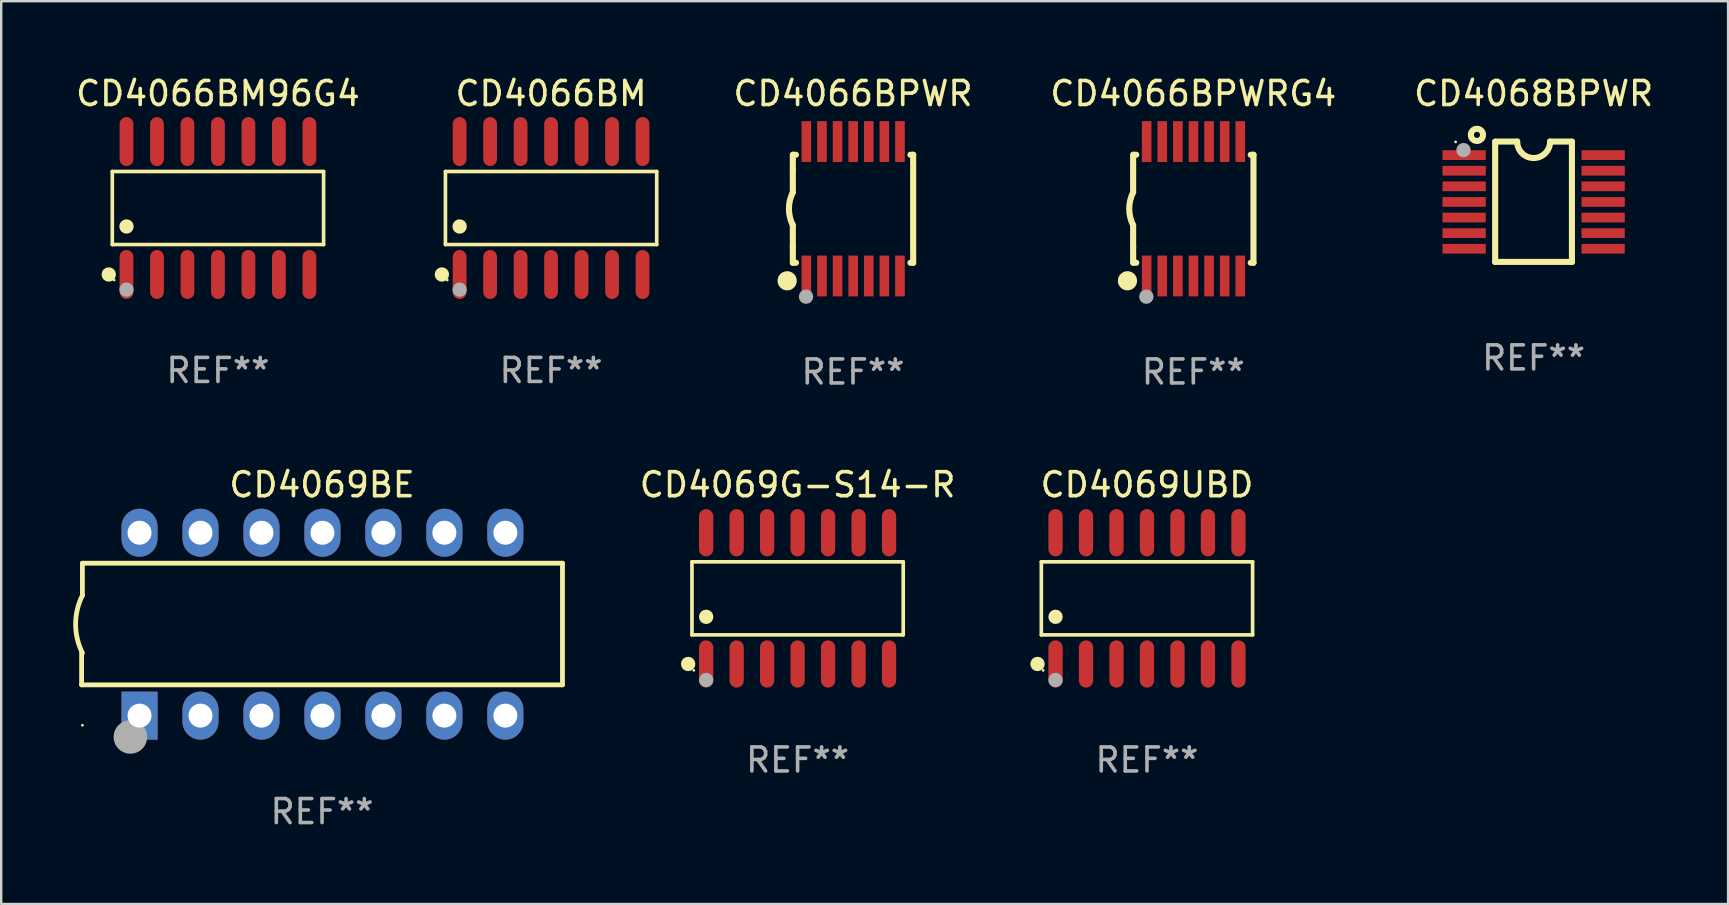
<source format=kicad_pcb>
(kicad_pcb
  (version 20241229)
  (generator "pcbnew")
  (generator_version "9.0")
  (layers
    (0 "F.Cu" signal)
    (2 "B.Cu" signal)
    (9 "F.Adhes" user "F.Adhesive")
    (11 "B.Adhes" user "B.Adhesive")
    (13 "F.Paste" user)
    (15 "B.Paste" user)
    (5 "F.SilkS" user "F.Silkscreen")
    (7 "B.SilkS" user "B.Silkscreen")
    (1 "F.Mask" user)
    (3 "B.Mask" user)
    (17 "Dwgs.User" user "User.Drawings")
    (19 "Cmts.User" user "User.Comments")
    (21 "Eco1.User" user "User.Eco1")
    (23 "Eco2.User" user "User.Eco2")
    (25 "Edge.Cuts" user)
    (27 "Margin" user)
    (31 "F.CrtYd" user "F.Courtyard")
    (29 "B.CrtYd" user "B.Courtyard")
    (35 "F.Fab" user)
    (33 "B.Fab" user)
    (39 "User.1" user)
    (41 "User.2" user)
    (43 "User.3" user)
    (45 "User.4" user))
  (footprint "CD4069G-S14-R"
    (layer "F.Cu")
    (at 30.18 21.879)
    (property "Reference" "CD4069G-S14-R" (at 0 -4.734 0) (layer "F.SilkS") (effects (font (size 1 1) (thickness 0.15))))
    (attr through_hole)
    (fp_line (start -4.401 -1.521) (end 4.401 -1.521) (stroke (width 0.152) (type solid)) (layer "F.SilkS"))
    (fp_line (start -4.401 1.521) (end -4.401 -1.521) (stroke (width 0.152) (type solid)) (layer "F.SilkS"))
    (fp_line (start 4.401 -1.521) (end 4.401 1.521) (stroke (width 0.152) (type solid)) (layer "F.SilkS"))
    (fp_line (start 4.401 1.521) (end -4.401 1.521) (stroke (width 0.152) (type solid)) (layer "F.SilkS"))
    (fp_circle (center -4.56 2.734) (end -4.41 2.734) (stroke (width 0.3) (type solid)) (fill no) (layer "F.SilkS"))
    (fp_circle (center -4.325 3) (end -4.295 3) (stroke (width 0.06) (type solid)) (fill no) (layer "F.SilkS"))
    (fp_circle (center -3.81 0.769) (end -3.66 0.769) (stroke (width 0.3) (type solid)) (fill no) (layer "F.SilkS"))
    (fp_circle (center -3.81 3.4) (end -3.66 3.4) (stroke (width 0.3) (type solid)) (fill no) (layer "F.Fab"))
    (fp_text user "REF**" (at 0 6.734 0) (layer "F.Fab") (effects (font (size 1 1) (thickness 0.15))))
    (pad "1" smd oval (at -3.81 2.734) (size 0.595 1.968) (layers "F.Cu" "F.Mask" "F.Paste"))
    (pad "2" smd oval (at -2.54 2.734) (size 0.595 1.968) (layers "F.Cu" "F.Mask" "F.Paste"))
    (pad "3" smd oval (at -1.27 2.734) (size 0.595 1.968) (layers "F.Cu" "F.Mask" "F.Paste"))
    (pad "4" smd oval (at 0 2.734) (size 0.595 1.968) (layers "F.Cu" "F.Mask" "F.Paste"))
    (pad "5" smd oval (at 1.27 2.734) (size 0.595 1.968) (layers "F.Cu" "F.Mask" "F.Paste"))
    (pad "6" smd oval (at 2.54 2.734) (size 0.595 1.968) (layers "F.Cu" "F.Mask" "F.Paste"))
    (pad "7" smd oval (at 3.81 2.734) (size 0.595 1.968) (layers "F.Cu" "F.Mask" "F.Paste"))
    (pad "8" smd oval (at 3.81 -2.734) (size 0.595 1.968) (layers "F.Cu" "F.Mask" "F.Paste"))
    (pad "9" smd oval (at 2.54 -2.734) (size 0.595 1.968) (layers "F.Cu" "F.Mask" "F.Paste"))
    (pad "10" smd oval (at 1.27 -2.734) (size 0.595 1.968) (layers "F.Cu" "F.Mask" "F.Paste"))
    (pad "11" smd oval (at 0 -2.734) (size 0.595 1.968) (layers "F.Cu" "F.Mask" "F.Paste"))
    (pad "12" smd oval (at -1.27 -2.734) (size 0.595 1.968) (layers "F.Cu" "F.Mask" "F.Paste"))
    (pad "13" smd oval (at -2.54 -2.734) (size 0.595 1.968) (layers "F.Cu" "F.Mask" "F.Paste"))
    (pad "14" smd oval (at -3.81 -2.734) (size 0.595 1.968) (layers "F.Cu" "F.Mask" "F.Paste")))
  (footprint "CD4066BM"
    (layer "F.Cu")
    (at 19.909 5.617)
    (property "Reference" "CD4066BM" (at 0 -4.769 0) (layer "F.SilkS") (effects (font (size 1 1) (thickness 0.15))))
    (attr through_hole)
    (fp_line (start -4.401 -1.521) (end 4.401 -1.521) (stroke (width 0.152) (type solid)) (layer "F.SilkS"))
    (fp_line (start -4.401 1.521) (end -4.401 -1.521) (stroke (width 0.152) (type solid)) (layer "F.SilkS"))
    (fp_line (start 4.401 -1.521) (end 4.401 1.521) (stroke (width 0.152) (type solid)) (layer "F.SilkS"))
    (fp_line (start 4.401 1.521) (end -4.401 1.521) (stroke (width 0.152) (type solid)) (layer "F.SilkS"))
    (fp_circle (center -4.549 2.769) (end -4.399 2.769) (stroke (width 0.3) (type solid)) (fill no) (layer "F.SilkS"))
    (fp_circle (center -4.325 3) (end -4.295 3) (stroke (width 0.06) (type solid)) (fill no) (layer "F.SilkS"))
    (fp_circle (center -3.81 0.769) (end -3.66 0.769) (stroke (width 0.3) (type solid)) (fill no) (layer "F.SilkS"))
    (fp_circle (center -3.81 3.4) (end -3.66 3.4) (stroke (width 0.3) (type solid)) (fill no) (layer "F.Fab"))
    (fp_text user "REF**" (at 0 6.769 0) (layer "F.Fab") (effects (font (size 1 1) (thickness 0.15))))
    (pad "1" smd oval (at -3.81 2.769) (size 0.574 2.038) (layers "F.Cu" "F.Mask" "F.Paste"))
    (pad "2" smd oval (at -2.54 2.769) (size 0.574 2.038) (layers "F.Cu" "F.Mask" "F.Paste"))
    (pad "3" smd oval (at -1.27 2.769) (size 0.574 2.038) (layers "F.Cu" "F.Mask" "F.Paste"))
    (pad "4" smd oval (at 0 2.769) (size 0.574 2.038) (layers "F.Cu" "F.Mask" "F.Paste"))
    (pad "5" smd oval (at 1.27 2.769) (size 0.574 2.038) (layers "F.Cu" "F.Mask" "F.Paste"))
    (pad "6" smd oval (at 2.54 2.769) (size 0.574 2.038) (layers "F.Cu" "F.Mask" "F.Paste"))
    (pad "7" smd oval (at 3.81 2.769) (size 0.574 2.038) (layers "F.Cu" "F.Mask" "F.Paste"))
    (pad "8" smd oval (at 3.81 -2.769) (size 0.574 2.038) (layers "F.Cu" "F.Mask" "F.Paste"))
    (pad "9" smd oval (at 2.54 -2.769) (size 0.574 2.038) (layers "F.Cu" "F.Mask" "F.Paste"))
    (pad "10" smd oval (at 1.27 -2.769) (size 0.574 2.038) (layers "F.Cu" "F.Mask" "F.Paste"))
    (pad "11" smd oval (at 0 -2.769) (size 0.574 2.038) (layers "F.Cu" "F.Mask" "F.Paste"))
    (pad "12" smd oval (at -1.27 -2.769) (size 0.574 2.038) (layers "F.Cu" "F.Mask" "F.Paste"))
    (pad "13" smd oval (at -2.54 -2.769) (size 0.574 2.038) (layers "F.Cu" "F.Mask" "F.Paste"))
    (pad "14" smd oval (at -3.81 -2.769) (size 0.574 2.038) (layers "F.Cu" "F.Mask" "F.Paste")))
  (footprint "CD4066BPWR"
    (layer "F.Cu")
    (at 32.488 5.648)
    (property "Reference" "CD4066BPWR" (at 0 -4.8 0) (layer "F.SilkS") (effects (font (size 1 1) (thickness 0.15))))
    (attr through_hole)
    (fp_line (start -2.507 -1.6) (end -2.507 -2.25) (stroke (width 0.254) (type solid)) (layer "F.SilkS"))
    (fp_line (start -2.507 -0.686) (end -2.507 -1.6) (stroke (width 0.254) (type solid)) (layer "F.SilkS"))
    (fp_line (start -2.507 1.6) (end -2.507 0.686) (stroke (width 0.254) (type solid)) (layer "F.SilkS"))
    (fp_line (start -2.507 1.6) (end -2.507 2.25) (stroke (width 0.254) (type solid)) (layer "F.SilkS"))
    (fp_line (start -2.493 -2.25) (end -2.377 -2.25) (stroke (width 0.254) (type solid)) (layer "F.SilkS"))
    (fp_line (start -2.377 2.25) (end -2.493 2.25) (stroke (width 0.254) (type solid)) (layer "F.SilkS"))
    (fp_line (start 2.392 -2.25) (end 2.507 -2.25) (stroke (width 0.254) (type solid)) (layer "F.SilkS"))
    (fp_line (start 2.507 -2.25) (end 2.507 2.25) (stroke (width 0.254) (type solid)) (layer "F.SilkS"))
    (fp_line (start 2.507 2.25) (end 2.392 2.25) (stroke (width 0.254) (type solid)) (layer "F.SilkS"))
    (fp_arc (start -2.507303 0.685802) (mid -2.669199 0) (end -2.507303 -0.685801) (stroke (width 0.254001) (type solid)) (layer "F.SilkS"))
    (fp_circle (center -2.743 3) (end -2.543 3) (stroke (width 0.4) (type solid)) (fill no) (layer "F.SilkS"))
    (fp_circle (center -2.493 3.2) (end -2.463 3.2) (stroke (width 0.06) (type solid)) (fill no) (layer "F.SilkS"))
    (fp_circle (center -1.957 3.662) (end -1.807 3.662) (stroke (width 0.3) (type solid)) (fill no) (layer "F.Fab"))
    (fp_text user "REF**" (at 0 6.8 0) (layer "F.Fab") (effects (font (size 1 1) (thickness 0.15))))
    (pad "1" smd rect (at -1.943 2.8) (size 0.4 1.7) (layers "F.Cu" "F.Mask" "F.Paste"))
    (pad "2" smd rect (at -1.293 2.8) (size 0.4 1.7) (layers "F.Cu" "F.Mask" "F.Paste"))
    (pad "3" smd rect (at -0.643 2.8) (size 0.4 1.7) (layers "F.Cu" "F.Mask" "F.Paste"))
    (pad "4" smd rect (at 0.007 2.8) (size 0.4 1.7) (layers "F.Cu" "F.Mask" "F.Paste"))
    (pad "5" smd rect (at 0.657 2.8) (size 0.4 1.7) (layers "F.Cu" "F.Mask" "F.Paste"))
    (pad "6" smd rect (at 1.307 2.8) (size 0.4 1.7) (layers "F.Cu" "F.Mask" "F.Paste"))
    (pad "7" smd rect (at 1.957 2.8) (size 0.4 1.7) (layers "F.Cu" "F.Mask" "F.Paste"))
    (pad "8" smd rect (at 1.957 -2.8) (size 0.4 1.7) (layers "F.Cu" "F.Mask" "F.Paste"))
    (pad "9" smd rect (at 1.307 -2.8) (size 0.4 1.7) (layers "F.Cu" "F.Mask" "F.Paste"))
    (pad "10" smd rect (at 0.657 -2.8) (size 0.4 1.7) (layers "F.Cu" "F.Mask" "F.Paste"))
    (pad "11" smd rect (at 0.007 -2.8) (size 0.4 1.7) (layers "F.Cu" "F.Mask" "F.Paste"))
    (pad "12" smd rect (at -0.643 -2.8) (size 0.4 1.7) (layers "F.Cu" "F.Mask" "F.Paste"))
    (pad "13" smd rect (at -1.293 -2.8) (size 0.4 1.7) (layers "F.Cu" "F.Mask" "F.Paste"))
    (pad "14" smd rect (at -1.943 -2.8) (size 0.4 1.7) (layers "F.Cu" "F.Mask" "F.Paste")))
  (footprint "CD4069UBD"
    (layer "F.Cu")
    (at 44.736 21.879)
    (property "Reference" "CD4069UBD" (at 0 -4.734 0) (layer "F.SilkS") (effects (font (size 1 1) (thickness 0.15))))
    (attr through_hole)
    (fp_line (start -4.401 -1.521) (end 4.401 -1.521) (stroke (width 0.152) (type solid)) (layer "F.SilkS"))
    (fp_line (start -4.401 1.521) (end -4.401 -1.521) (stroke (width 0.152) (type solid)) (layer "F.SilkS"))
    (fp_line (start 4.401 -1.521) (end 4.401 1.521) (stroke (width 0.152) (type solid)) (layer "F.SilkS"))
    (fp_line (start 4.401 1.521) (end -4.401 1.521) (stroke (width 0.152) (type solid)) (layer "F.SilkS"))
    (fp_circle (center -4.56 2.734) (end -4.41 2.734) (stroke (width 0.3) (type solid)) (fill no) (layer "F.SilkS"))
    (fp_circle (center -4.325 3) (end -4.295 3) (stroke (width 0.06) (type solid)) (fill no) (layer "F.SilkS"))
    (fp_circle (center -3.81 0.769) (end -3.66 0.769) (stroke (width 0.3) (type solid)) (fill no) (layer "F.SilkS"))
    (fp_circle (center -3.81 3.4) (end -3.66 3.4) (stroke (width 0.3) (type solid)) (fill no) (layer "F.Fab"))
    (fp_text user "REF**" (at 0 6.734 0) (layer "F.Fab") (effects (font (size 1 1) (thickness 0.15))))
    (pad "1" smd oval (at -3.81 2.734) (size 0.595 1.968) (layers "F.Cu" "F.Mask" "F.Paste"))
    (pad "2" smd oval (at -2.54 2.734) (size 0.595 1.968) (layers "F.Cu" "F.Mask" "F.Paste"))
    (pad "3" smd oval (at -1.27 2.734) (size 0.595 1.968) (layers "F.Cu" "F.Mask" "F.Paste"))
    (pad "4" smd oval (at 0 2.734) (size 0.595 1.968) (layers "F.Cu" "F.Mask" "F.Paste"))
    (pad "5" smd oval (at 1.27 2.734) (size 0.595 1.968) (layers "F.Cu" "F.Mask" "F.Paste"))
    (pad "6" smd oval (at 2.54 2.734) (size 0.595 1.968) (layers "F.Cu" "F.Mask" "F.Paste"))
    (pad "7" smd oval (at 3.81 2.734) (size 0.595 1.968) (layers "F.Cu" "F.Mask" "F.Paste"))
    (pad "8" smd oval (at 3.81 -2.734) (size 0.595 1.968) (layers "F.Cu" "F.Mask" "F.Paste"))
    (pad "9" smd oval (at 2.54 -2.734) (size 0.595 1.968) (layers "F.Cu" "F.Mask" "F.Paste"))
    (pad "10" smd oval (at 1.27 -2.734) (size 0.595 1.968) (layers "F.Cu" "F.Mask" "F.Paste"))
    (pad "11" smd oval (at 0 -2.734) (size 0.595 1.968) (layers "F.Cu" "F.Mask" "F.Paste"))
    (pad "12" smd oval (at -1.27 -2.734) (size 0.595 1.968) (layers "F.Cu" "F.Mask" "F.Paste"))
    (pad "13" smd oval (at -2.54 -2.734) (size 0.595 1.968) (layers "F.Cu" "F.Mask" "F.Paste"))
    (pad "14" smd oval (at -3.81 -2.734) (size 0.595 1.968) (layers "F.Cu" "F.Mask" "F.Paste")))
  (footprint "CD4066BM96G4"
    (layer "F.Cu")
    (at 6.03 5.617)
    (property "Reference" "CD4066BM96G4" (at 0 -4.769 0) (layer "F.SilkS") (effects (font (size 1 1) (thickness 0.15))))
    (attr through_hole)
    (fp_line (start -4.401 -1.521) (end 4.401 -1.521) (stroke (width 0.152) (type solid)) (layer "F.SilkS"))
    (fp_line (start -4.401 1.521) (end -4.401 -1.521) (stroke (width 0.152) (type solid)) (layer "F.SilkS"))
    (fp_line (start 4.401 -1.521) (end 4.401 1.521) (stroke (width 0.152) (type solid)) (layer "F.SilkS"))
    (fp_line (start 4.401 1.521) (end -4.401 1.521) (stroke (width 0.152) (type solid)) (layer "F.SilkS"))
    (fp_circle (center -4.549 2.769) (end -4.399 2.769) (stroke (width 0.3) (type solid)) (fill no) (layer "F.SilkS"))
    (fp_circle (center -4.325 3) (end -4.295 3) (stroke (width 0.06) (type solid)) (fill no) (layer "F.SilkS"))
    (fp_circle (center -3.81 0.769) (end -3.66 0.769) (stroke (width 0.3) (type solid)) (fill no) (layer "F.SilkS"))
    (fp_circle (center -3.81 3.4) (end -3.66 3.4) (stroke (width 0.3) (type solid)) (fill no) (layer "F.Fab"))
    (fp_text user "REF**" (at 0 6.769 0) (layer "F.Fab") (effects (font (size 1 1) (thickness 0.15))))
    (pad "1" smd oval (at -3.81 2.769) (size 0.574 2.038) (layers "F.Cu" "F.Mask" "F.Paste"))
    (pad "2" smd oval (at -2.54 2.769) (size 0.574 2.038) (layers "F.Cu" "F.Mask" "F.Paste"))
    (pad "3" smd oval (at -1.27 2.769) (size 0.574 2.038) (layers "F.Cu" "F.Mask" "F.Paste"))
    (pad "4" smd oval (at 0 2.769) (size 0.574 2.038) (layers "F.Cu" "F.Mask" "F.Paste"))
    (pad "5" smd oval (at 1.27 2.769) (size 0.574 2.038) (layers "F.Cu" "F.Mask" "F.Paste"))
    (pad "6" smd oval (at 2.54 2.769) (size 0.574 2.038) (layers "F.Cu" "F.Mask" "F.Paste"))
    (pad "7" smd oval (at 3.81 2.769) (size 0.574 2.038) (layers "F.Cu" "F.Mask" "F.Paste"))
    (pad "8" smd oval (at 3.81 -2.769) (size 0.574 2.038) (layers "F.Cu" "F.Mask" "F.Paste"))
    (pad "9" smd oval (at 2.54 -2.769) (size 0.574 2.038) (layers "F.Cu" "F.Mask" "F.Paste"))
    (pad "10" smd oval (at 1.27 -2.769) (size 0.574 2.038) (layers "F.Cu" "F.Mask" "F.Paste"))
    (pad "11" smd oval (at 0 -2.769) (size 0.574 2.038) (layers "F.Cu" "F.Mask" "F.Paste"))
    (pad "12" smd oval (at -1.27 -2.769) (size 0.574 2.038) (layers "F.Cu" "F.Mask" "F.Paste"))
    (pad "13" smd oval (at -2.54 -2.769) (size 0.574 2.038) (layers "F.Cu" "F.Mask" "F.Paste"))
    (pad "14" smd oval (at -3.81 -2.769) (size 0.574 2.038) (layers "F.Cu" "F.Mask" "F.Paste")))
  (footprint "CD4068BPWR"
    (layer "F.Cu")
    (at 60.845 5.355)
    (property "Reference" "CD4068BPWR" (at 0 -4.507 0) (layer "F.SilkS") (effects (font (size 1 1) (thickness 0.15))))
    (attr through_hole)
    (fp_line (start -1.603 2.507) (end -1.603 -2.494) (stroke (width 0.254) (type solid)) (layer "F.SilkS"))
    (fp_line (start -1.603 2.507) (end 1.595 2.507) (stroke (width 0.254) (type solid)) (layer "F.SilkS"))
    (fp_line (start -1.6 -2.507) (end -0.686 -2.507) (stroke (width 0.254) (type solid)) (layer "F.SilkS"))
    (fp_line (start 0.686 -2.507) (end 1.6 -2.507) (stroke (width 0.254) (type solid)) (layer "F.SilkS"))
    (fp_line (start 1.595 2.507) (end 1.595 -2.494) (stroke (width 0.254) (type solid)) (layer "F.SilkS"))
    (fp_arc (start 0.685852 -2.506998) (mid 0.000051 -1.821197) (end -0.68575 -2.506998) (stroke (width 0.254001) (type solid)) (layer "F.SilkS"))
    (fp_circle (center -3.25 -2.492) (end -3.22 -2.492) (stroke (width 0.06) (type solid)) (fill no) (layer "F.SilkS"))
    (fp_circle (center -2.362 -2.786) (end -2.108 -2.786) (stroke (width 0.254) (type solid)) (fill no) (layer "F.SilkS"))
    (fp_circle (center -2.921 -2.151) (end -2.771 -2.151) (stroke (width 0.3) (type solid)) (fill no) (layer "F.Fab"))
    (fp_text user "REF**" (at 0 6.507 0) (layer "F.Fab") (effects (font (size 1 1) (thickness 0.15))))
    (pad "1" smd rect (at -2.896 -1.942) (size 1.803 0.406) (layers "F.Cu" "F.Mask" "F.Paste"))
    (pad "2" smd rect (at -2.896 -1.292) (size 1.803 0.406) (layers "F.Cu" "F.Mask" "F.Paste"))
    (pad "3" smd rect (at -2.896 -0.642) (size 1.803 0.406) (layers "F.Cu" "F.Mask" "F.Paste"))
    (pad "4" smd rect (at -2.896 0.008) (size 1.803 0.406) (layers "F.Cu" "F.Mask" "F.Paste"))
    (pad "5" smd rect (at -2.896 0.658) (size 1.803 0.406) (layers "F.Cu" "F.Mask" "F.Paste"))
    (pad "6" smd rect (at -2.896 1.308) (size 1.803 0.406) (layers "F.Cu" "F.Mask" "F.Paste"))
    (pad "7" smd rect (at -2.896 1.958) (size 1.803 0.406) (layers "F.Cu" "F.Mask" "F.Paste"))
    (pad "8" smd rect (at 2.896 1.958) (size 1.803 0.406) (layers "F.Cu" "F.Mask" "F.Paste"))
    (pad "9" smd rect (at 2.896 1.308) (size 1.803 0.406) (layers "F.Cu" "F.Mask" "F.Paste"))
    (pad "10" smd rect (at 2.896 0.658) (size 1.803 0.406) (layers "F.Cu" "F.Mask" "F.Paste"))
    (pad "11" smd rect (at 2.896 0.008) (size 1.803 0.406) (layers "F.Cu" "F.Mask" "F.Paste"))
    (pad "12" smd rect (at 2.896 -0.642) (size 1.803 0.406) (layers "F.Cu" "F.Mask" "F.Paste"))
    (pad "13" smd rect (at 2.896 -1.292) (size 1.803 0.406) (layers "F.Cu" "F.Mask" "F.Paste"))
    (pad "14" smd rect (at 2.896 -1.942) (size 1.803 0.406) (layers "F.Cu" "F.Mask" "F.Paste")))
  (footprint "CD4066BPWRG4"
    (layer "F.Cu")
    (at 46.666 5.648)
    (property "Reference" "CD4066BPWRG4" (at 0 -4.8 0) (layer "F.SilkS") (effects (font (size 1 1) (thickness 0.15))))
    (attr through_hole)
    (fp_line (start -2.507 -1.6) (end -2.507 -2.25) (stroke (width 0.254) (type solid)) (layer "F.SilkS"))
    (fp_line (start -2.507 -0.686) (end -2.507 -1.6) (stroke (width 0.254) (type solid)) (layer "F.SilkS"))
    (fp_line (start -2.507 1.6) (end -2.507 0.686) (stroke (width 0.254) (type solid)) (layer "F.SilkS"))
    (fp_line (start -2.507 1.6) (end -2.507 2.25) (stroke (width 0.254) (type solid)) (layer "F.SilkS"))
    (fp_line (start -2.493 -2.25) (end -2.377 -2.25) (stroke (width 0.254) (type solid)) (layer "F.SilkS"))
    (fp_line (start -2.377 2.25) (end -2.493 2.25) (stroke (width 0.254) (type solid)) (layer "F.SilkS"))
    (fp_line (start 2.392 -2.25) (end 2.507 -2.25) (stroke (width 0.254) (type solid)) (layer "F.SilkS"))
    (fp_line (start 2.507 -2.25) (end 2.507 2.25) (stroke (width 0.254) (type solid)) (layer "F.SilkS"))
    (fp_line (start 2.507 2.25) (end 2.392 2.25) (stroke (width 0.254) (type solid)) (layer "F.SilkS"))
    (fp_arc (start -2.507303 0.685802) (mid -2.669199 0) (end -2.507303 -0.685801) (stroke (width 0.254001) (type solid)) (layer "F.SilkS"))
    (fp_circle (center -2.743 3) (end -2.543 3) (stroke (width 0.4) (type solid)) (fill no) (layer "F.SilkS"))
    (fp_circle (center -2.493 3.2) (end -2.463 3.2) (stroke (width 0.06) (type solid)) (fill no) (layer "F.SilkS"))
    (fp_circle (center -1.957 3.662) (end -1.807 3.662) (stroke (width 0.3) (type solid)) (fill no) (layer "F.Fab"))
    (fp_text user "REF**" (at 0 6.8 0) (layer "F.Fab") (effects (font (size 1 1) (thickness 0.15))))
    (pad "1" smd rect (at -1.943 2.8) (size 0.4 1.7) (layers "F.Cu" "F.Mask" "F.Paste"))
    (pad "2" smd rect (at -1.293 2.8) (size 0.4 1.7) (layers "F.Cu" "F.Mask" "F.Paste"))
    (pad "3" smd rect (at -0.643 2.8) (size 0.4 1.7) (layers "F.Cu" "F.Mask" "F.Paste"))
    (pad "4" smd rect (at 0.007 2.8) (size 0.4 1.7) (layers "F.Cu" "F.Mask" "F.Paste"))
    (pad "5" smd rect (at 0.657 2.8) (size 0.4 1.7) (layers "F.Cu" "F.Mask" "F.Paste"))
    (pad "6" smd rect (at 1.307 2.8) (size 0.4 1.7) (layers "F.Cu" "F.Mask" "F.Paste"))
    (pad "7" smd rect (at 1.957 2.8) (size 0.4 1.7) (layers "F.Cu" "F.Mask" "F.Paste"))
    (pad "8" smd rect (at 1.957 -2.8) (size 0.4 1.7) (layers "F.Cu" "F.Mask" "F.Paste"))
    (pad "9" smd rect (at 1.307 -2.8) (size 0.4 1.7) (layers "F.Cu" "F.Mask" "F.Paste"))
    (pad "10" smd rect (at 0.657 -2.8) (size 0.4 1.7) (layers "F.Cu" "F.Mask" "F.Paste"))
    (pad "11" smd rect (at 0.007 -2.8) (size 0.4 1.7) (layers "F.Cu" "F.Mask" "F.Paste"))
    (pad "12" smd rect (at -0.643 -2.8) (size 0.4 1.7) (layers "F.Cu" "F.Mask" "F.Paste"))
    (pad "13" smd rect (at -1.293 -2.8) (size 0.4 1.7) (layers "F.Cu" "F.Mask" "F.Paste"))
    (pad "14" smd rect (at -1.943 -2.8) (size 0.4 1.7) (layers "F.Cu" "F.Mask" "F.Paste")))
  (footprint "CD4069BE"
    (layer "F.Cu")
    (at 10.367 22.955)
    (property "Reference" "CD4069BE" (at 0 -5.81 0) (layer "F.SilkS") (effects (font (size 1 1) (thickness 0.15))))
    (attr through_hole)
    (fp_line (start -10.017 2.527) (end -10.017 1.199) (stroke (width 0.2) (type solid)) (layer "F.SilkS"))
    (fp_line (start -9.984 -2.54) (end 10.017 -2.54) (stroke (width 0.2) (type solid)) (layer "F.SilkS"))
    (fp_line (start -9.984 -1.2) (end -9.984 -2.54) (stroke (width 0.2) (type solid)) (layer "F.SilkS"))
    (fp_line (start 10.017 -2.54) (end 10.017 2.527) (stroke (width 0.2) (type solid)) (layer "F.SilkS"))
    (fp_line (start 10.017 2.527) (end -10.017 2.527) (stroke (width 0.2) (type solid)) (layer "F.SilkS"))
    (fp_arc (start -9.983503 1.198882) (mid -10.266661 -0.000556) (end -9.983528 -1.2) (stroke (width 0.2) (type solid)) (layer "F.SilkS"))
    (fp_circle (center -9.984 4.21) (end -9.954 4.21) (stroke (width 0.06) (type solid)) (fill no) (layer "F.SilkS"))
    (fp_circle (center -7.985 4.699) (end -7.635 4.699) (stroke (width 0.7) (type solid)) (fill no) (layer "F.Fab"))
    (fp_text user "REF**" (at 0 7.81 0) (layer "F.Fab") (effects (font (size 1 1) (thickness 0.15))))
    (pad "1" thru_hole rect (at -7.604 3.81 90) (size 2 1.5) (drill 1) (layers "*.Cu" "*.Mask"))
    (pad "2" thru_hole oval (at -5.064 3.81 90) (size 2 1.5) (drill 1) (layers "*.Cu" "*.Mask"))
    (pad "3" thru_hole oval (at -2.524 3.81 90) (size 2 1.5) (drill 1) (layers "*.Cu" "*.Mask"))
    (pad "4" thru_hole oval (at 0.016 3.81 90) (size 2 1.5) (drill 1) (layers "*.Cu" "*.Mask"))
    (pad "5" thru_hole oval (at 2.557 3.81 90) (size 2 1.5) (drill 1) (layers "*.Cu" "*.Mask"))
    (pad "6" thru_hole oval (at 5.097 3.81 90) (size 2 1.5) (drill 1) (layers "*.Cu" "*.Mask"))
    (pad "7" thru_hole oval (at 7.637 3.81 90) (size 2 1.5) (drill 1) (layers "*.Cu" "*.Mask"))
    (pad "8" thru_hole oval (at 7.637 -3.81 90) (size 2 1.5) (drill 1) (layers "*.Cu" "*.Mask"))
    (pad "9" thru_hole oval (at 5.097 -3.81 90) (size 2 1.5) (drill 1) (layers "*.Cu" "*.Mask"))
    (pad "10" thru_hole oval (at 2.557 -3.81 90) (size 2 1.5) (drill 1) (layers "*.Cu" "*.Mask"))
    (pad "11" thru_hole oval (at 0.016 -3.81 90) (size 2 1.5) (drill 1) (layers "*.Cu" "*.Mask"))
    (pad "12" thru_hole oval (at -2.524 -3.81 90) (size 2 1.5) (drill 1) (layers "*.Cu" "*.Mask"))
    (pad "13" thru_hole oval (at -5.064 -3.81 90) (size 2 1.5) (drill 1) (layers "*.Cu" "*.Mask"))
    (pad "14" thru_hole oval (at -7.604 -3.81 90) (size 2 1.5) (drill 1) (layers "*.Cu" "*.Mask")))
  (gr_rect
    (start -3 -3)
    (end 68.946 34.613)
    (stroke (width 0.1) (type default))
    (fill no)
    (layer "Edge.Cuts")))
</source>
